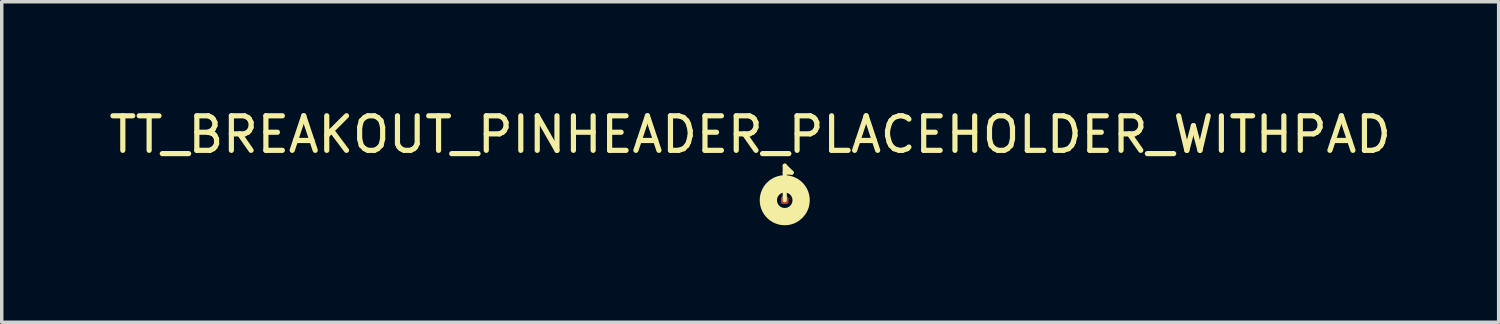
<source format=kicad_pcb>
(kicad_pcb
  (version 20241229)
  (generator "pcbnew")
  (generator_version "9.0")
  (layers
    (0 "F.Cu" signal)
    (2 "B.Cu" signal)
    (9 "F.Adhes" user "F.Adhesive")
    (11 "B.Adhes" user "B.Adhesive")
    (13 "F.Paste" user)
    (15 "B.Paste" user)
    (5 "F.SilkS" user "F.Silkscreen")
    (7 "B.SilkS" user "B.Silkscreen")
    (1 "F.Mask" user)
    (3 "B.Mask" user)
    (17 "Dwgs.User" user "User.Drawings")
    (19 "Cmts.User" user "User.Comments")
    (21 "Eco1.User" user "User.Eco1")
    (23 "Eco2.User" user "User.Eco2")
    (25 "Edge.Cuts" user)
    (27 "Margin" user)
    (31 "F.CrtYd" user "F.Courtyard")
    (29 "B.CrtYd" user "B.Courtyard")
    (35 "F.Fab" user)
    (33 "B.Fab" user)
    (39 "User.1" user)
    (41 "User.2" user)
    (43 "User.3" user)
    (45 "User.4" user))
  (footprint "TT_BREAKOUT_PINHEADER_PLACEHOLDER_WITHPAD"
    (layer "F.Cu")
    (at 19.673 2.748)
    (property "Reference" "TT_BREAKOUT_PINHEADER_PLACEHOLDER_WITHPAD" (at -1 -1.9 0) (unlocked yes) (layer "F.SilkS") (effects (font (size 1 1) (thickness 0.15))))
    (attr smd board_only)
    (fp_line (start 0 -0.8) (end 0.2 -0.8) (stroke (width 0.12) (type default)) (layer "F.SilkS"))
    (fp_line (start 0 0) (end 0 -1) (stroke (width 0.12) (type default)) (layer "F.SilkS"))
    (fp_line (start 0.2 -0.8) (end 0 -1) (stroke (width 0.12) (type default)) (layer "F.SilkS"))
    (fp_circle (center 0 0) (end 0.224 0) (stroke (width 0.5) (type default)) (fill no) (layer "F.SilkS"))
    (fp_circle (center 0 0) (end 0.412 0) (stroke (width 0.24) (type default)) (fill no) (layer "F.SilkS"))
    (pad "1" smd roundrect (at 0 0) (size 0.22 0.22) (layers "F.Cu") (roundrect_rratio 0.25)))
  (gr_rect
    (start -3 -3)
    (end 40.345 6.281)
    (stroke (width 0.1) (type default))
    (fill no)
    (layer "Edge.Cuts")))
</source>
